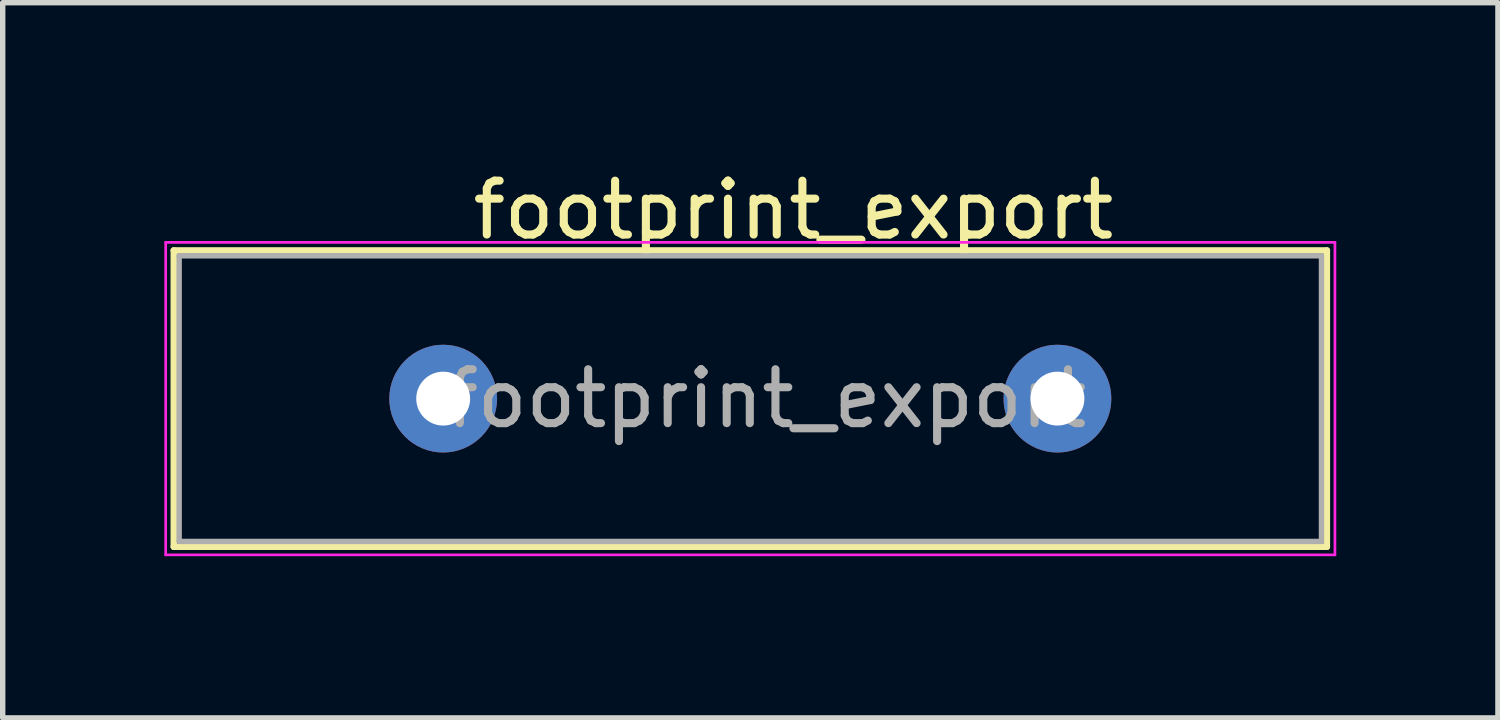
<source format=kicad_pcb>
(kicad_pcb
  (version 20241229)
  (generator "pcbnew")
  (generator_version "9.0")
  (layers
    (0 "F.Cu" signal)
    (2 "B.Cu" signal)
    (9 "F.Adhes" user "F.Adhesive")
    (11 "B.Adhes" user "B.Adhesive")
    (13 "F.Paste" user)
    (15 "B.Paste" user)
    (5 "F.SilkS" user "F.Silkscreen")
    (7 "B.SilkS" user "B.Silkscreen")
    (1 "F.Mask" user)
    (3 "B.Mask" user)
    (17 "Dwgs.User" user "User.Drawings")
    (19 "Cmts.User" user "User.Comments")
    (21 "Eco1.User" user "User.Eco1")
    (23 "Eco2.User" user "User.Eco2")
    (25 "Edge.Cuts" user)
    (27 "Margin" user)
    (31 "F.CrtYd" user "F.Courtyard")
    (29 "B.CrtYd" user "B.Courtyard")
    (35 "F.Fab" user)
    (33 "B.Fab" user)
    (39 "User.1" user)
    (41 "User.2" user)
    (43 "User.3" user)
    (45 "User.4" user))
  (footprint "footprint_export"
    (layer "F.Cu")
    (at 5.175 4.348)
    (property "Reference" "footprint_export" (at 6.5 -3.5 0) (layer "F.SilkS") (effects (font (size 1 1) (thickness 0.15))))
    (attr through_hole)
    (fp_line (start -5 -2.75) (end -5 2.75) (stroke (width 0.12) (type solid)) (layer "F.SilkS"))
    (fp_line (start -5 -2.75) (end 16.4 -2.75) (stroke (width 0.12) (type solid)) (layer "F.SilkS"))
    (fp_line (start 16.4 2.75) (end -5 2.75) (stroke (width 0.12) (type solid)) (layer "F.SilkS"))
    (fp_line (start 16.4 2.75) (end 16.4 -2.75) (stroke (width 0.12) (type solid)) (layer "F.SilkS"))
    (fp_line (start -5.15 -2.9) (end -5.15 2.9) (stroke (width 0.05) (type solid)) (layer "F.CrtYd"))
    (fp_line (start -5.15 -2.9) (end 16.55 -2.9) (stroke (width 0.05) (type solid)) (layer "F.CrtYd"))
    (fp_line (start 16.55 2.9) (end -5.15 2.9) (stroke (width 0.05) (type solid)) (layer "F.CrtYd"))
    (fp_line (start 16.55 2.9) (end 16.55 -2.9) (stroke (width 0.05) (type solid)) (layer "F.CrtYd"))
    (fp_line (start -4.9 -2.65) (end -4.9 2.65) (stroke (width 0.1) (type solid)) (layer "F.Fab"))
    (fp_line (start -4.9 2.65) (end 16.3 2.65) (stroke (width 0.1) (type solid)) (layer "F.Fab"))
    (fp_line (start 16.3 -2.65) (end -4.9 -2.65) (stroke (width 0.1) (type solid)) (layer "F.Fab"))
    (fp_line (start 16.3 2.65) (end 16.3 -2.65) (stroke (width 0.1) (type solid)) (layer "F.Fab"))
    (fp_text user "${REFERENCE}" (at 6 0 0) (layer "F.Fab") (effects (font (size 1 1) (thickness 0.15))))
    (pad "1" thru_hole circle (at 0 0) (size 2 2) (drill 1) (layers "*.Cu" "*.Mask"))
    (pad "2" thru_hole circle (at 11.4 0) (size 2 2) (drill 1) (layers "*.Cu" "*.Mask")))
  (gr_rect
    (start -3 -3)
    (end 24.75 10.273)
    (stroke (width 0.1) (type default))
    (fill no)
    (layer "Edge.Cuts")))
</source>
